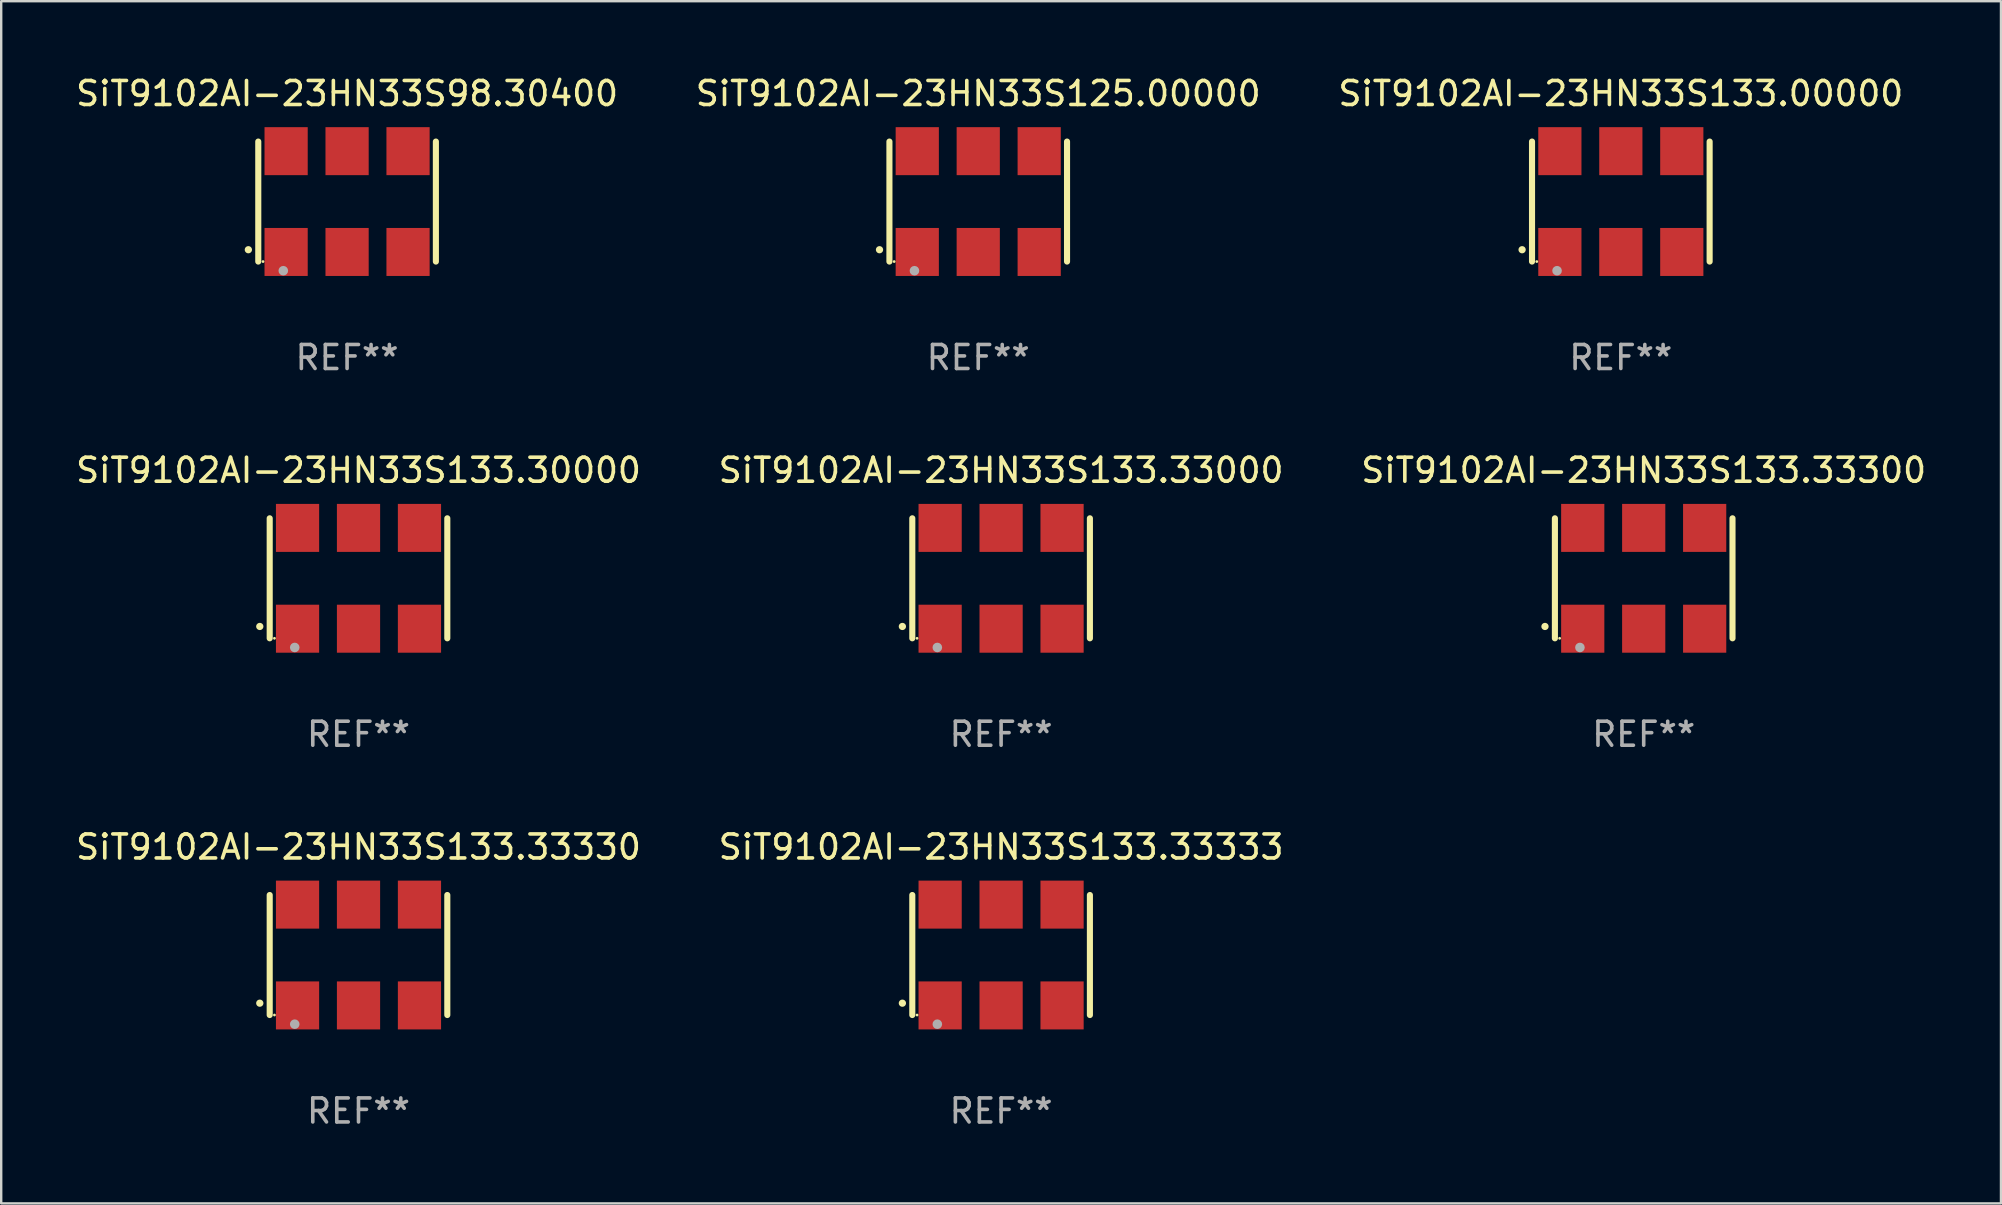
<source format=kicad_pcb>
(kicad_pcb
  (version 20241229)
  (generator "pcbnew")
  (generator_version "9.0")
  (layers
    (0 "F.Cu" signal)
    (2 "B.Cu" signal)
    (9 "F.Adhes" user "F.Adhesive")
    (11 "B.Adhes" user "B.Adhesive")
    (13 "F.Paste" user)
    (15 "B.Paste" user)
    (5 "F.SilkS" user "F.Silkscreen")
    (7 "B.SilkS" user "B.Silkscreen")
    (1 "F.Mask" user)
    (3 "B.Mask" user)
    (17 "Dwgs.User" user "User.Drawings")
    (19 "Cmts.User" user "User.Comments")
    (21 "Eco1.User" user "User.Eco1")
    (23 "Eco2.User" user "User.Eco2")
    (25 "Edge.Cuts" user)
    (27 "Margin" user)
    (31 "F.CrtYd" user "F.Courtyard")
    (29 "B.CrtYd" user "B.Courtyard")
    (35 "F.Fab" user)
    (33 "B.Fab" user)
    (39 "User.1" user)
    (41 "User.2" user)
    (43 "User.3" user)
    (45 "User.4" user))
  (footprint "SiT9102AI-23HN33S125.00000"
    (layer "F.Cu")
    (at 37.708 5.348)
    (property "Reference" "SiT9102AI-23HN33S125.00000" (at 0 -4.5 0) (layer "F.SilkS") (effects (font (size 1 1) (thickness 0.15))))
    (attr through_hole)
    (fp_line (start -3.7 -2.5) (end -3.7 2.5) (stroke (width 0.254) (type solid)) (layer "F.SilkS"))
    (fp_line (start 3.7 -2.5) (end 3.7 2.5) (stroke (width 0.254) (type solid)) (layer "F.SilkS"))
    (fp_arc (start -4.114415 2.006604) (mid -4.113145 2.006599) (end -4.111875 2.006604) (stroke (width 0.3) (type solid)) (layer "F.SilkS"))
    (fp_circle (center -3.502 2.5) (end -3.472 2.5) (stroke (width 0.06) (type solid)) (fill no) (layer "F.SilkS"))
    (fp_circle (center -2.657 2.882) (end -2.557 2.882) (stroke (width 0.2) (type solid)) (fill no) (layer "F.Fab"))
    (fp_text user "REF**" (at 0 6.5 0) (layer "F.Fab") (effects (font (size 1 1) (thickness 0.15))))
    (pad "1" smd rect (at -2.54 2.1) (size 1.8 2) (layers "F.Cu" "F.Mask" "F.Paste"))
    (pad "2" smd rect (at 0.000394 2.1) (size 1.8 2) (layers "F.Cu" "F.Mask" "F.Paste"))
    (pad "3" smd rect (at 2.54 2.1) (size 1.8 2) (layers "F.Cu" "F.Mask" "F.Paste"))
    (pad "4" smd rect (at 2.54 -2.1) (size 1.8 2) (layers "F.Cu" "F.Mask" "F.Paste"))
    (pad "5" smd rect (at 0.000394 -2.1) (size 1.8 2) (layers "F.Cu" "F.Mask" "F.Paste"))
    (pad "6" smd rect (at -2.54 -2.1) (size 1.8 2) (layers "F.Cu" "F.Mask" "F.Paste")))
  (footprint "SiT9102AI-23HN33S133.33000"
    (layer "F.Cu")
    (at 38.661 21.045)
    (property "Reference" "SiT9102AI-23HN33S133.33000" (at 0 -4.5 0) (layer "F.SilkS") (effects (font (size 1 1) (thickness 0.15))))
    (attr through_hole)
    (fp_line (start -3.7 -2.5) (end -3.7 2.5) (stroke (width 0.254) (type solid)) (layer "F.SilkS"))
    (fp_line (start 3.7 -2.5) (end 3.7 2.5) (stroke (width 0.254) (type solid)) (layer "F.SilkS"))
    (fp_arc (start -4.114415 2.006604) (mid -4.113145 2.006599) (end -4.111875 2.006604) (stroke (width 0.3) (type solid)) (layer "F.SilkS"))
    (fp_circle (center -3.502 2.5) (end -3.472 2.5) (stroke (width 0.06) (type solid)) (fill no) (layer "F.SilkS"))
    (fp_circle (center -2.657 2.882) (end -2.557 2.882) (stroke (width 0.2) (type solid)) (fill no) (layer "F.Fab"))
    (fp_text user "REF**" (at 0 6.5 0) (layer "F.Fab") (effects (font (size 1 1) (thickness 0.15))))
    (pad "1" smd rect (at -2.54 2.1) (size 1.8 2) (layers "F.Cu" "F.Mask" "F.Paste"))
    (pad "2" smd rect (at 0.000394 2.1) (size 1.8 2) (layers "F.Cu" "F.Mask" "F.Paste"))
    (pad "3" smd rect (at 2.54 2.1) (size 1.8 2) (layers "F.Cu" "F.Mask" "F.Paste"))
    (pad "4" smd rect (at 2.54 -2.1) (size 1.8 2) (layers "F.Cu" "F.Mask" "F.Paste"))
    (pad "5" smd rect (at 0.000394 -2.1) (size 1.8 2) (layers "F.Cu" "F.Mask" "F.Paste"))
    (pad "6" smd rect (at -2.54 -2.1) (size 1.8 2) (layers "F.Cu" "F.Mask" "F.Paste")))
  (footprint "SiT9102AI-23HN33S98.30400"
    (layer "F.Cu")
    (at 11.411 5.348)
    (property "Reference" "SiT9102AI-23HN33S98.30400" (at 0 -4.5 0) (layer "F.SilkS") (effects (font (size 1 1) (thickness 0.15))))
    (attr through_hole)
    (fp_line (start -3.7 -2.5) (end -3.7 2.5) (stroke (width 0.254) (type solid)) (layer "F.SilkS"))
    (fp_line (start 3.7 -2.5) (end 3.7 2.5) (stroke (width 0.254) (type solid)) (layer "F.SilkS"))
    (fp_arc (start -4.114415 2.006604) (mid -4.113145 2.006599) (end -4.111875 2.006604) (stroke (width 0.3) (type solid)) (layer "F.SilkS"))
    (fp_circle (center -3.502 2.5) (end -3.472 2.5) (stroke (width 0.06) (type solid)) (fill no) (layer "F.SilkS"))
    (fp_circle (center -2.657 2.882) (end -2.557 2.882) (stroke (width 0.2) (type solid)) (fill no) (layer "F.Fab"))
    (fp_text user "REF**" (at 0 6.5 0) (layer "F.Fab") (effects (font (size 1 1) (thickness 0.15))))
    (pad "1" smd rect (at -2.54 2.1) (size 1.8 2) (layers "F.Cu" "F.Mask" "F.Paste"))
    (pad "2" smd rect (at 0.000394 2.1) (size 1.8 2) (layers "F.Cu" "F.Mask" "F.Paste"))
    (pad "3" smd rect (at 2.54 2.1) (size 1.8 2) (layers "F.Cu" "F.Mask" "F.Paste"))
    (pad "4" smd rect (at 2.54 -2.1) (size 1.8 2) (layers "F.Cu" "F.Mask" "F.Paste"))
    (pad "5" smd rect (at 0.000394 -2.1) (size 1.8 2) (layers "F.Cu" "F.Mask" "F.Paste"))
    (pad "6" smd rect (at -2.54 -2.1) (size 1.8 2) (layers "F.Cu" "F.Mask" "F.Paste")))
  (footprint "SiT9102AI-23HN33S133.33300"
    (layer "F.Cu")
    (at 65.435 21.045)
    (property "Reference" "SiT9102AI-23HN33S133.33300" (at 0 -4.5 0) (layer "F.SilkS") (effects (font (size 1 1) (thickness 0.15))))
    (attr through_hole)
    (fp_line (start -3.7 -2.5) (end -3.7 2.5) (stroke (width 0.254) (type solid)) (layer "F.SilkS"))
    (fp_line (start 3.7 -2.5) (end 3.7 2.5) (stroke (width 0.254) (type solid)) (layer "F.SilkS"))
    (fp_arc (start -4.114415 2.006604) (mid -4.113145 2.006599) (end -4.111875 2.006604) (stroke (width 0.3) (type solid)) (layer "F.SilkS"))
    (fp_circle (center -3.502 2.5) (end -3.472 2.5) (stroke (width 0.06) (type solid)) (fill no) (layer "F.SilkS"))
    (fp_circle (center -2.657 2.882) (end -2.557 2.882) (stroke (width 0.2) (type solid)) (fill no) (layer "F.Fab"))
    (fp_text user "REF**" (at 0 6.5 0) (layer "F.Fab") (effects (font (size 1 1) (thickness 0.15))))
    (pad "1" smd rect (at -2.54 2.1) (size 1.8 2) (layers "F.Cu" "F.Mask" "F.Paste"))
    (pad "2" smd rect (at 0.000394 2.1) (size 1.8 2) (layers "F.Cu" "F.Mask" "F.Paste"))
    (pad "3" smd rect (at 2.54 2.1) (size 1.8 2) (layers "F.Cu" "F.Mask" "F.Paste"))
    (pad "4" smd rect (at 2.54 -2.1) (size 1.8 2) (layers "F.Cu" "F.Mask" "F.Paste"))
    (pad "5" smd rect (at 0.000394 -2.1) (size 1.8 2) (layers "F.Cu" "F.Mask" "F.Paste"))
    (pad "6" smd rect (at -2.54 -2.1) (size 1.8 2) (layers "F.Cu" "F.Mask" "F.Paste")))
  (footprint "SiT9102AI-23HN33S133.33330"
    (layer "F.Cu")
    (at 11.887 36.741)
    (property "Reference" "SiT9102AI-23HN33S133.33330" (at 0 -4.5 0) (layer "F.SilkS") (effects (font (size 1 1) (thickness 0.15))))
    (attr through_hole)
    (fp_line (start -3.7 -2.5) (end -3.7 2.5) (stroke (width 0.254) (type solid)) (layer "F.SilkS"))
    (fp_line (start 3.7 -2.5) (end 3.7 2.5) (stroke (width 0.254) (type solid)) (layer "F.SilkS"))
    (fp_arc (start -4.114415 2.006604) (mid -4.113145 2.006599) (end -4.111875 2.006604) (stroke (width 0.3) (type solid)) (layer "F.SilkS"))
    (fp_circle (center -3.502 2.5) (end -3.472 2.5) (stroke (width 0.06) (type solid)) (fill no) (layer "F.SilkS"))
    (fp_circle (center -2.657 2.882) (end -2.557 2.882) (stroke (width 0.2) (type solid)) (fill no) (layer "F.Fab"))
    (fp_text user "REF**" (at 0 6.5 0) (layer "F.Fab") (effects (font (size 1 1) (thickness 0.15))))
    (pad "1" smd rect (at -2.54 2.1) (size 1.8 2) (layers "F.Cu" "F.Mask" "F.Paste"))
    (pad "2" smd rect (at 0.000394 2.1) (size 1.8 2) (layers "F.Cu" "F.Mask" "F.Paste"))
    (pad "3" smd rect (at 2.54 2.1) (size 1.8 2) (layers "F.Cu" "F.Mask" "F.Paste"))
    (pad "4" smd rect (at 2.54 -2.1) (size 1.8 2) (layers "F.Cu" "F.Mask" "F.Paste"))
    (pad "5" smd rect (at 0.000394 -2.1) (size 1.8 2) (layers "F.Cu" "F.Mask" "F.Paste"))
    (pad "6" smd rect (at -2.54 -2.1) (size 1.8 2) (layers "F.Cu" "F.Mask" "F.Paste")))
  (footprint "SiT9102AI-23HN33S133.30000"
    (layer "F.Cu")
    (at 11.887 21.045)
    (property "Reference" "SiT9102AI-23HN33S133.30000" (at 0 -4.5 0) (layer "F.SilkS") (effects (font (size 1 1) (thickness 0.15))))
    (attr through_hole)
    (fp_line (start -3.7 -2.5) (end -3.7 2.5) (stroke (width 0.254) (type solid)) (layer "F.SilkS"))
    (fp_line (start 3.7 -2.5) (end 3.7 2.5) (stroke (width 0.254) (type solid)) (layer "F.SilkS"))
    (fp_arc (start -4.114415 2.006604) (mid -4.113145 2.006599) (end -4.111875 2.006604) (stroke (width 0.3) (type solid)) (layer "F.SilkS"))
    (fp_circle (center -3.502 2.5) (end -3.472 2.5) (stroke (width 0.06) (type solid)) (fill no) (layer "F.SilkS"))
    (fp_circle (center -2.657 2.882) (end -2.557 2.882) (stroke (width 0.2) (type solid)) (fill no) (layer "F.Fab"))
    (fp_text user "REF**" (at 0 6.5 0) (layer "F.Fab") (effects (font (size 1 1) (thickness 0.15))))
    (pad "1" smd rect (at -2.54 2.1) (size 1.8 2) (layers "F.Cu" "F.Mask" "F.Paste"))
    (pad "2" smd rect (at 0.000394 2.1) (size 1.8 2) (layers "F.Cu" "F.Mask" "F.Paste"))
    (pad "3" smd rect (at 2.54 2.1) (size 1.8 2) (layers "F.Cu" "F.Mask" "F.Paste"))
    (pad "4" smd rect (at 2.54 -2.1) (size 1.8 2) (layers "F.Cu" "F.Mask" "F.Paste"))
    (pad "5" smd rect (at 0.000394 -2.1) (size 1.8 2) (layers "F.Cu" "F.Mask" "F.Paste"))
    (pad "6" smd rect (at -2.54 -2.1) (size 1.8 2) (layers "F.Cu" "F.Mask" "F.Paste")))
  (footprint "SiT9102AI-23HN33S133.00000"
    (layer "F.Cu")
    (at 64.482 5.348)
    (property "Reference" "SiT9102AI-23HN33S133.00000" (at 0 -4.5 0) (layer "F.SilkS") (effects (font (size 1 1) (thickness 0.15))))
    (attr through_hole)
    (fp_line (start -3.7 -2.5) (end -3.7 2.5) (stroke (width 0.254) (type solid)) (layer "F.SilkS"))
    (fp_line (start 3.7 -2.5) (end 3.7 2.5) (stroke (width 0.254) (type solid)) (layer "F.SilkS"))
    (fp_arc (start -4.114415 2.006604) (mid -4.113145 2.006599) (end -4.111875 2.006604) (stroke (width 0.3) (type solid)) (layer "F.SilkS"))
    (fp_circle (center -3.502 2.5) (end -3.472 2.5) (stroke (width 0.06) (type solid)) (fill no) (layer "F.SilkS"))
    (fp_circle (center -2.657 2.882) (end -2.557 2.882) (stroke (width 0.2) (type solid)) (fill no) (layer "F.Fab"))
    (fp_text user "REF**" (at 0 6.5 0) (layer "F.Fab") (effects (font (size 1 1) (thickness 0.15))))
    (pad "1" smd rect (at -2.54 2.1) (size 1.8 2) (layers "F.Cu" "F.Mask" "F.Paste"))
    (pad "2" smd rect (at 0.000394 2.1) (size 1.8 2) (layers "F.Cu" "F.Mask" "F.Paste"))
    (pad "3" smd rect (at 2.54 2.1) (size 1.8 2) (layers "F.Cu" "F.Mask" "F.Paste"))
    (pad "4" smd rect (at 2.54 -2.1) (size 1.8 2) (layers "F.Cu" "F.Mask" "F.Paste"))
    (pad "5" smd rect (at 0.000394 -2.1) (size 1.8 2) (layers "F.Cu" "F.Mask" "F.Paste"))
    (pad "6" smd rect (at -2.54 -2.1) (size 1.8 2) (layers "F.Cu" "F.Mask" "F.Paste")))
  (footprint "SiT9102AI-23HN33S133.33333"
    (layer "F.Cu")
    (at 38.661 36.741)
    (property "Reference" "SiT9102AI-23HN33S133.33333" (at 0 -4.5 0) (layer "F.SilkS") (effects (font (size 1 1) (thickness 0.15))))
    (attr through_hole)
    (fp_line (start -3.7 -2.5) (end -3.7 2.5) (stroke (width 0.254) (type solid)) (layer "F.SilkS"))
    (fp_line (start 3.7 -2.5) (end 3.7 2.5) (stroke (width 0.254) (type solid)) (layer "F.SilkS"))
    (fp_arc (start -4.114415 2.006604) (mid -4.113145 2.006599) (end -4.111875 2.006604) (stroke (width 0.3) (type solid)) (layer "F.SilkS"))
    (fp_circle (center -3.502 2.5) (end -3.472 2.5) (stroke (width 0.06) (type solid)) (fill no) (layer "F.SilkS"))
    (fp_circle (center -2.657 2.882) (end -2.557 2.882) (stroke (width 0.2) (type solid)) (fill no) (layer "F.Fab"))
    (fp_text user "REF**" (at 0 6.5 0) (layer "F.Fab") (effects (font (size 1 1) (thickness 0.15))))
    (pad "1" smd rect (at -2.54 2.1) (size 1.8 2) (layers "F.Cu" "F.Mask" "F.Paste"))
    (pad "2" smd rect (at 0.000394 2.1) (size 1.8 2) (layers "F.Cu" "F.Mask" "F.Paste"))
    (pad "3" smd rect (at 2.54 2.1) (size 1.8 2) (layers "F.Cu" "F.Mask" "F.Paste"))
    (pad "4" smd rect (at 2.54 -2.1) (size 1.8 2) (layers "F.Cu" "F.Mask" "F.Paste"))
    (pad "5" smd rect (at 0.000394 -2.1) (size 1.8 2) (layers "F.Cu" "F.Mask" "F.Paste"))
    (pad "6" smd rect (at -2.54 -2.1) (size 1.8 2) (layers "F.Cu" "F.Mask" "F.Paste")))
  (gr_rect
    (start -3 -3)
    (end 80.321 47.09)
    (stroke (width 0.1) (type default))
    (fill no)
    (layer "Edge.Cuts")))
</source>
